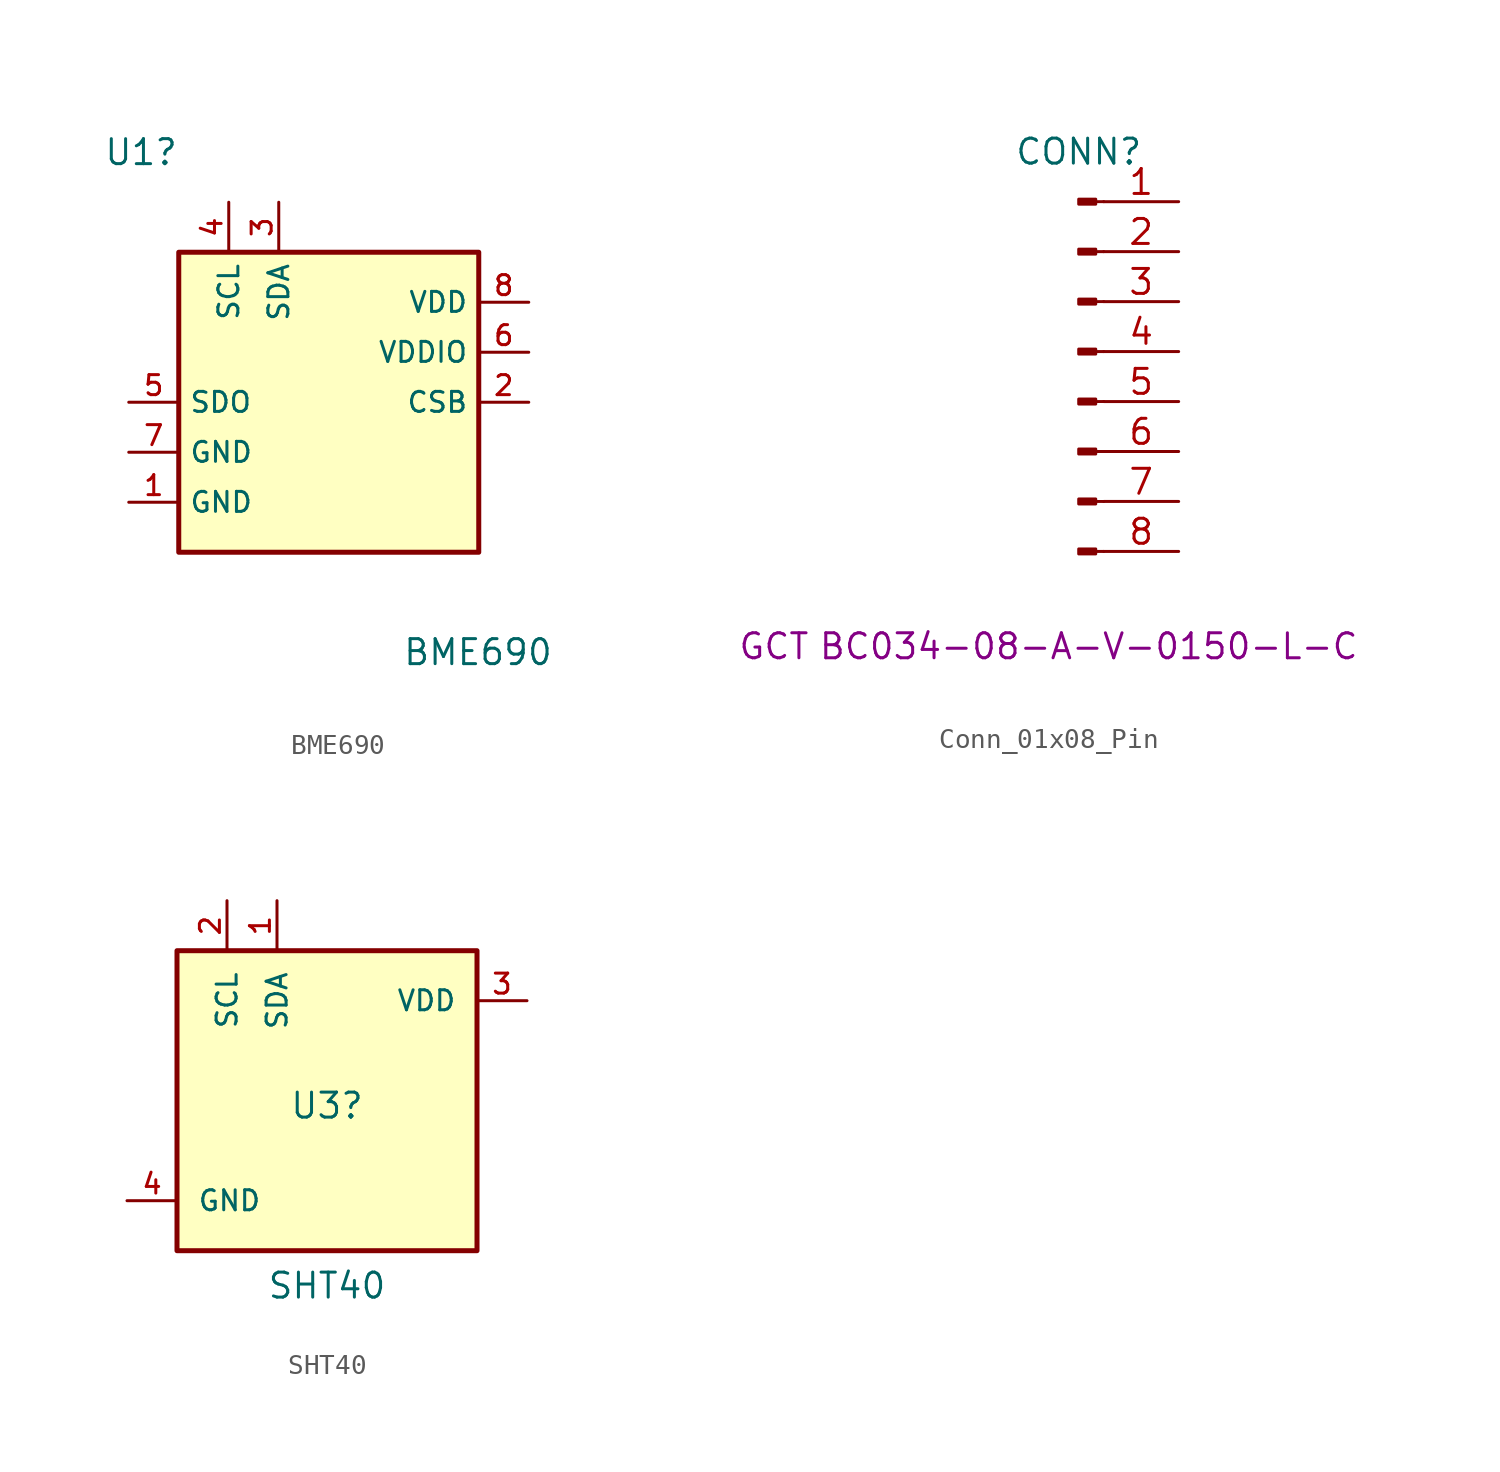
<source format=kicad_sym>
(kicad_symbol_lib
  (version 20231120)
  (generator "kicad_symbol_editor")
  (generator_version "8.0")
  (symbol "BME690"
    (property "Reference" "U1"
      (at -7.62 12.7 0)
      (effects (font (size 1.27 1.27)) (justify right)))
    (property "Value" "BME690"
      (at 11.43 -12.7 0)
      (effects (font (size 1.27 1.27)) (justify right)))
    (symbol "BME690_0_1"
      (rectangle (start -7.62 7.62) (end 7.62 -7.62) (stroke (width 0.254) (type default)) (fill (type background))))
    (symbol "BME690_1_1"
      (pin power_in line (at -10.16 -5.08 0) (length 2.54) (name "GND" (effects (font (size 1.016 1.016)))) (number "1" (effects (font (size 1.016 1.016)))))
      (pin input line (at 10.16 0 180) (length 2.54) (name "CSB" (effects (font (size 1.016 1.016)))) (number "2" (effects (font (size 1.016 1.016)))))
      (pin bidirectional line (at -2.54 10.16 270) (length 2.54) (name "SDA" (effects (font (size 1.016 1.016)))) (number "3" (effects (font (size 1.016 1.016)))))
      (pin input line (at -5.08 10.16 270) (length 2.54) (name "SCL" (effects (font (size 1.016 1.016)))) (number "4" (effects (font (size 1.016 1.016)))))
      (pin input line (at -10.16 0 0) (length 2.54) (name "SDO" (effects (font (size 1.016 1.016)))) (number "5" (effects (font (size 1.016 1.016)))))
      (pin power_in line (at 10.16 2.54 180) (length 2.54) (name "VDDIO" (effects (font (size 1.016 1.016)))) (number "6" (effects (font (size 1.016 1.016)))))
      (pin power_in line (at -10.16 -2.54 0) (length 2.54) (name "GND" (effects (font (size 1.016 1.016)))) (number "7" (effects (font (size 1.016 1.016)))))
      (pin power_in line (at 10.16 5.08 180) (length 2.54) (name "VDD" (effects (font (size 1.016 1.016)))) (number "8" (effects (font (size 1.016 1.016)))))))
  (symbol "Conn_01x08_Pin"
    (pin_names
      (offset 1.016) hide)
    (property "Reference" "CONN"
      (at 0 10.16 0)
      (effects (font (size 1.27 1.27))))
    (property "manufacturerName" "GCT"
      (at -15.494 -14.986 0)
      (effects (font (size 1.27 1.27))))
    (property "manufacturerPartNumber" "BC034-08-A-V-0150-L-C"
      (at 0.508 -14.986 0)
      (effects (font (size 1.27 1.27))))
    (symbol "Conn_01x08_Pin_1_1"
      (polyline (pts (xy 1.27 -10.16) (xy 0.864 -10.16)) (stroke (width 0.152) (type default)) (fill (type none)))
      (polyline (pts (xy 1.27 -7.62) (xy 0.864 -7.62)) (stroke (width 0.152) (type default)) (fill (type none)))
      (polyline (pts (xy 1.27 -5.08) (xy 0.864 -5.08)) (stroke (width 0.152) (type default)) (fill (type none)))
      (polyline (pts (xy 1.27 -2.54) (xy 0.864 -2.54)) (stroke (width 0.152) (type default)) (fill (type none)))
      (polyline (pts (xy 1.27 0) (xy 0.864 0)) (stroke (width 0.152) (type default)) (fill (type none)))
      (polyline (pts (xy 1.27 2.54) (xy 0.864 2.54)) (stroke (width 0.152) (type default)) (fill (type none)))
      (polyline (pts (xy 1.27 5.08) (xy 0.864 5.08)) (stroke (width 0.152) (type default)) (fill (type none)))
      (polyline (pts (xy 1.27 7.62) (xy 0.864 7.62)) (stroke (width 0.152) (type default)) (fill (type none)))
      (rectangle (start 0.864 -10.033) (end 0 -10.287) (stroke (width 0.152) (type default)) (fill (type outline)))
      (rectangle (start 0.864 -7.493) (end 0 -7.747) (stroke (width 0.152) (type default)) (fill (type outline)))
      (rectangle (start 0.864 -4.953) (end 0 -5.207) (stroke (width 0.152) (type default)) (fill (type outline)))
      (rectangle (start 0.864 -2.413) (end 0 -2.667) (stroke (width 0.152) (type default)) (fill (type outline)))
      (rectangle (start 0.864 0.127) (end 0 -0.127) (stroke (width 0.152) (type default)) (fill (type outline)))
      (rectangle (start 0.864 2.667) (end 0 2.413) (stroke (width 0.152) (type default)) (fill (type outline)))
      (rectangle (start 0.864 5.207) (end 0 4.953) (stroke (width 0.152) (type default)) (fill (type outline)))
      (rectangle (start 0.864 7.747) (end 0 7.493) (stroke (width 0.152) (type default)) (fill (type outline)))
      (pin power_out line (at 5.08 7.62 180) (length 3.81) (name "GND" (effects (font (size 1.27 1.27)))) (number "1" (effects (font (size 1.27 1.27)))))
      (pin power_out line (at 5.08 5.08 180) (length 3.81) (name "3.3V" (effects (font (size 1.27 1.27)))) (number "2" (effects (font (size 1.27 1.27)))))
      (pin output line (at 5.08 2.54 180) (length 3.81) (name "SCL" (effects (font (size 1.27 1.27)))) (number "3" (effects (font (size 1.27 1.27)))))
      (pin bidirectional line (at 5.08 0 180) (length 3.81) (name "SDA" (effects (font (size 1.27 1.27)))) (number "4" (effects (font (size 1.27 1.27)))))
      (pin passive line (at 5.08 -2.54 180) (length 3.81) (name "SDA" (effects (font (size 1.27 1.27)))) (number "5" (effects (font (size 1.27 1.27)))))
      (pin passive line (at 5.08 -5.08 180) (length 3.81) (name "SCL" (effects (font (size 1.27 1.27)))) (number "6" (effects (font (size 1.27 1.27)))))
      (pin passive line (at 5.08 -7.62 180) (length 3.81) (name "3.3V" (effects (font (size 1.27 1.27)))) (number "7" (effects (font (size 1.27 1.27)))))
      (pin passive line (at 5.08 -10.16 180) (length 3.81) (name "GND" (effects (font (size 1.27 1.27)))) (number "8" (effects (font (size 1.27 1.27)))))))
  (symbol "SHT40"
    (pin_names
      (offset 1.016))
    (property "Reference" "U3"
      (at 0 -0.254 0)
      (effects (font (size 1.27 1.27))))
    (property "Value" "SHT40"
      (at 0 -9.398 0)
      (effects (font (size 1.27 1.27))))
    (symbol "SHT40_0_0"
      (rectangle (start -7.62 7.62) (end 7.62 -7.62) (stroke (width 0.254) (type default)) (fill (type background))))
    (symbol "SHT40_1_0"
      (pin bidirectional line (at -2.54 10.16 270) (length 2.54) (name "SDA" (effects (font (size 1.016 1.016)))) (number "1" (effects (font (size 1.016 1.016)))))
      (pin input line (at -5.08 10.16 270) (length 2.54) (name "SCL" (effects (font (size 1.016 1.016)))) (number "2" (effects (font (size 1.016 1.016)))))
      (pin power_in line (at 10.16 5.08 180) (length 2.54) (name "VDD" (effects (font (size 1.016 1.016)))) (number "3" (effects (font (size 1.016 1.016)))))
      (pin power_in line (at -10.16 -5.08 0) (length 2.54) (name "GND" (effects (font (size 1.016 1.016)))) (number "4" (effects (font (size 1.016 1.016))))))))
</source>
